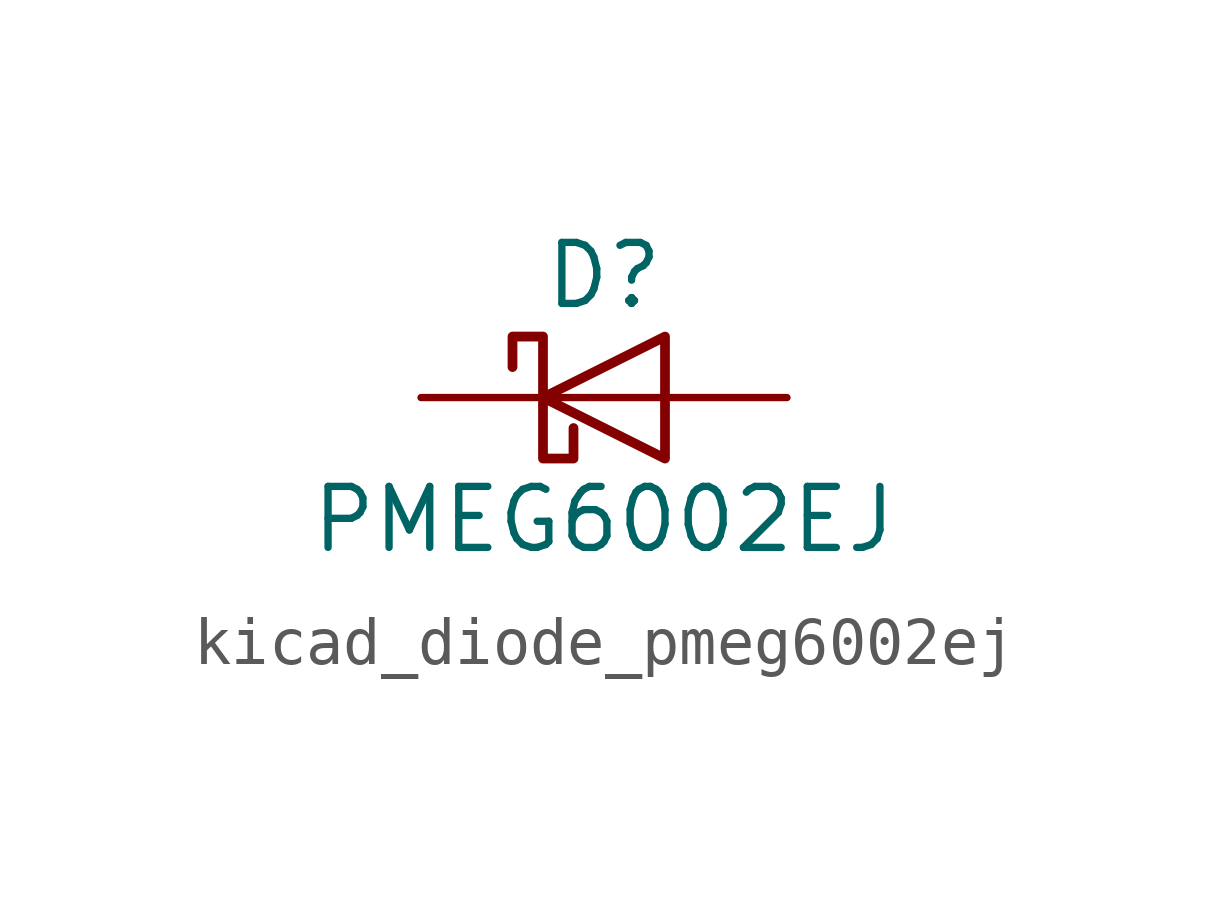
<source format=kicad_sym>
(kicad_symbol_lib
  (version 20220914)
  (generator kicad_symbol_editor)
  (symbol "kicad_diode_pmeg6002ej"
    (pin_numbers hide)
    (pin_names hide)
    (property "Reference" "D"
      (at 0 2.54 0)
      (effects (font (size 1.27 1.27))))
    (property "Value" "PMEG6002EJ"
      (at 0 -2.54 0)
      (effects (font (size 1.27 1.27))))
    (symbol "kicad_diode_pmeg6002ej_0_1"
      (polyline (pts (xy 1.27 0) (xy -1.27 0)) (stroke (width 0) (type default)) (fill (type none)))
      (polyline (pts (xy 1.27 1.27) (xy 1.27 -1.27) (xy -1.27 0) (xy 1.27 1.27)) (stroke (width 0.203) (type default)) (fill (type none)))
      (polyline (pts (xy -1.905 0.635) (xy -1.905 1.27) (xy -1.27 1.27) (xy -1.27 -1.27) (xy -0.635 -1.27) (xy -0.635 -0.635)) (stroke (width 0.203) (type default)) (fill (type none))))
    (symbol "kicad_diode_pmeg6002ej_1_1"
      (pin passive line (at -3.81 0 0) (length 2.54) (name "K" (effects (font (size 1.27 1.27)))) (number "1" (effects (font (size 1.27 1.27)))))
      (pin passive line (at 3.81 0 180) (length 2.54) (name "A" (effects (font (size 1.27 1.27)))) (number "2" (effects (font (size 1.27 1.27))))))))
</source>
